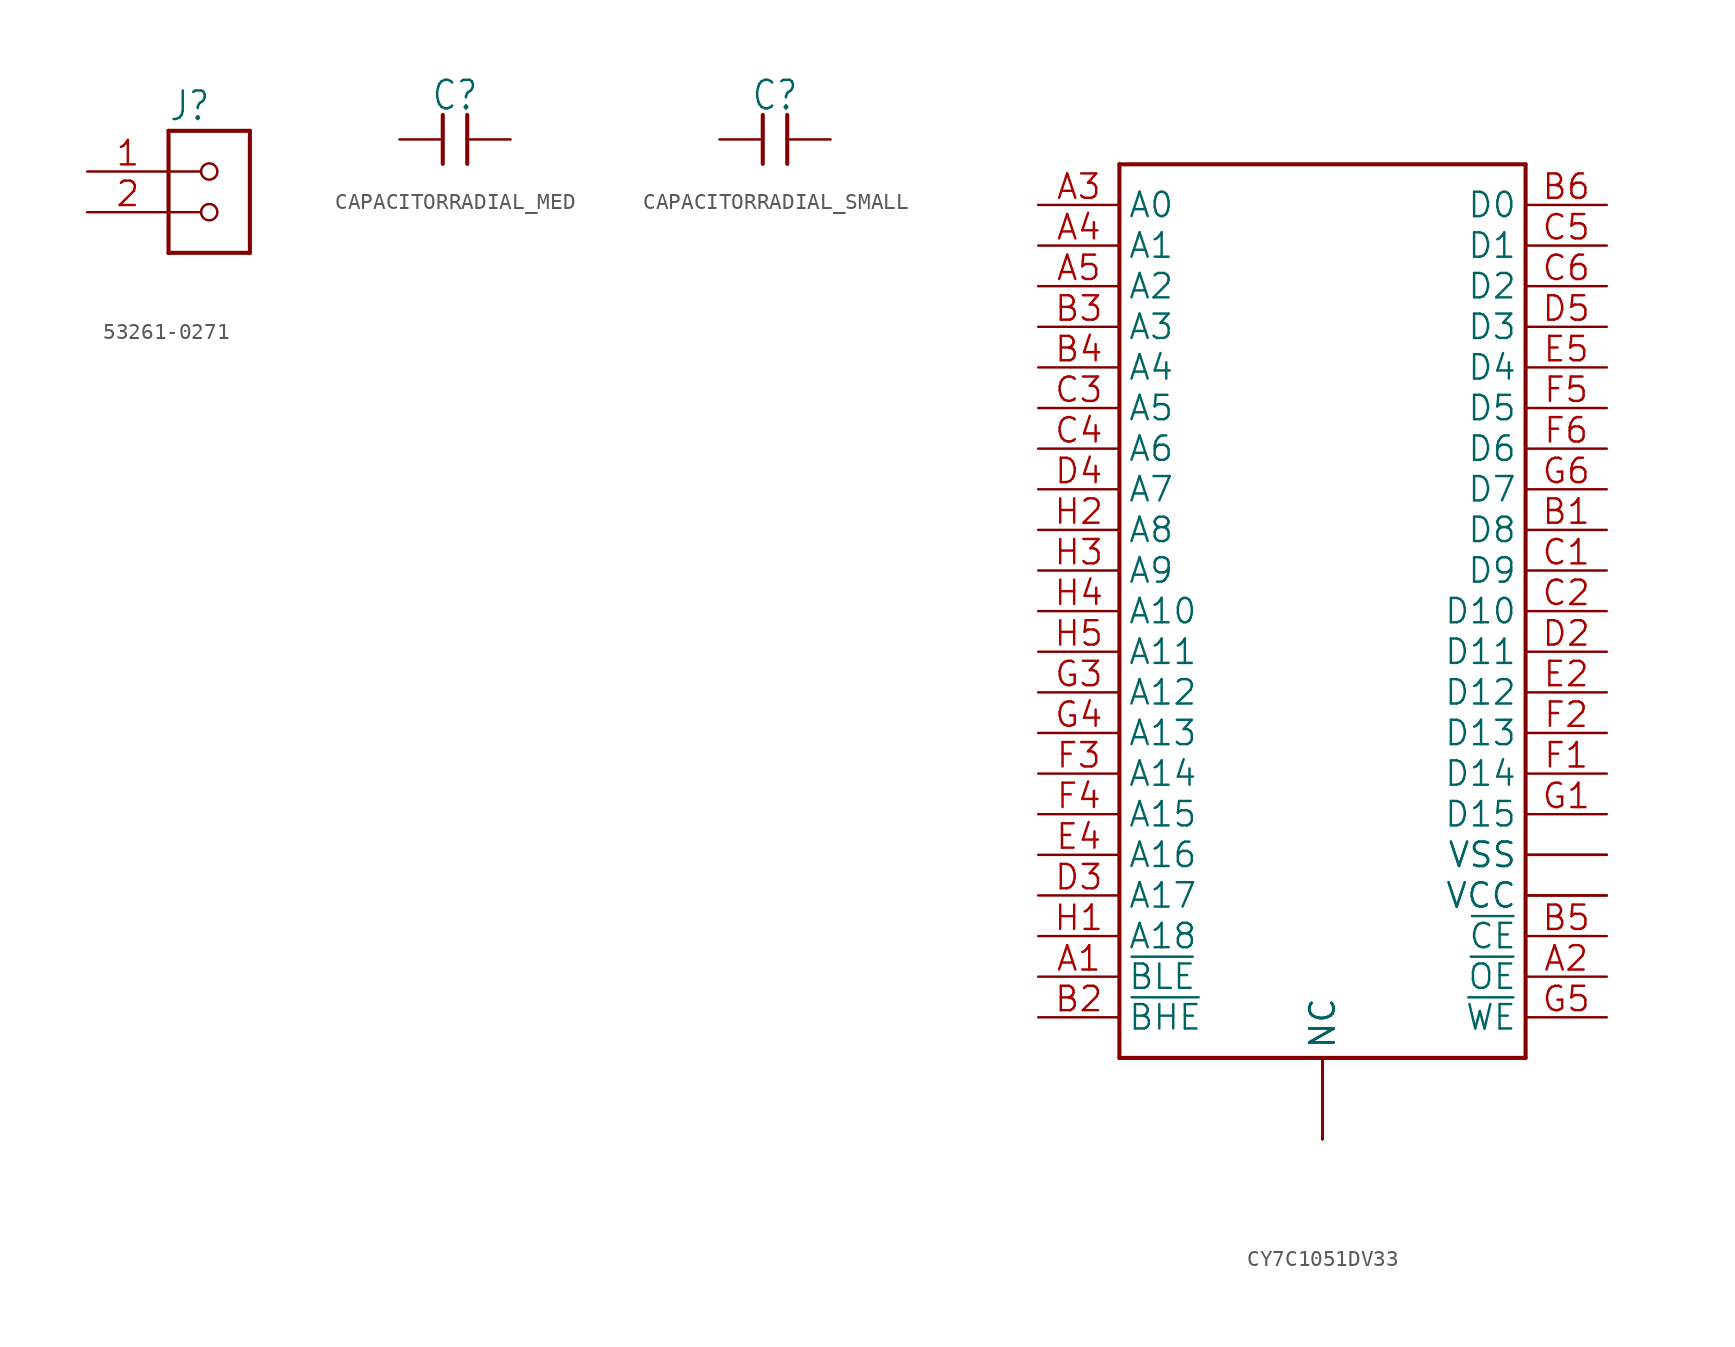
<source format=kicad_sym>
(kicad_symbol_lib
  (version 20241209)
  (generator "kicad_symbol_editor")
  (generator_version "9.0")
  (symbol "53261-0271"
    (property "Reference" "J"
      (at -2.545 3.054 0)
      (effects (font (size 1.781 1.514)) (justify left bottom)))
    (property "Value" ""
      (at -2.542 -7.627 0)
      (effects (font (size 1.78 1.513)) (justify left bottom)))
    (property "ki_locked" ""
      (at 0 0 0)
      (effects (font (size 1.27 1.27))))
    (symbol "53261-0271_1_0"
      (polyline (pts (xy -2.54 2.54) (xy -2.54 -5.08)) (stroke (width 0.254) (type solid)) (fill (type none)))
      (polyline (pts (xy -2.54 2.54) (xy 2.54 2.54)) (stroke (width 0.254) (type solid)) (fill (type none)))
      (polyline (pts (xy -2.54 0) (xy -0.508 0)) (stroke (width 0.152) (type solid)) (fill (type none)))
      (polyline (pts (xy -2.54 -2.54) (xy -0.508 -2.54)) (stroke (width 0.152) (type solid)) (fill (type none)))
      (polyline (pts (xy -2.54 -5.08) (xy 2.54 -5.08)) (stroke (width 0.254) (type solid)) (fill (type none)))
      (circle (center 0 0) (radius 0.508) (stroke (width 0.152) (type solid)) (fill (type none)))
      (circle (center 0 -2.54) (radius 0.508) (stroke (width 0.152) (type solid)) (fill (type none)))
      (polyline (pts (xy 2.54 -5.08) (xy 2.54 2.54)) (stroke (width 0.254) (type solid)) (fill (type none)))
      (pin passive line (at -7.62 0 0) (length 5.08) (name "1" (effects (font (size 0 0)))) (number "1" (effects (font (size 1.524 1.524)))))
      (pin passive line (at -7.62 -2.54 0) (length 5.08) (name "2" (effects (font (size 0 0)))) (number "2" (effects (font (size 1.524 1.524)))))))
  (symbol "CAPACITORRADIAL_MED"
    (property "Reference" "C"
      (at 0 1.714 0)
      (effects (font (size 1.778 1.511)) (justify bottom)))
    (property "Value" ""
      (at 0 -1.714 0)
      (effects (font (size 1.778 1.511)) (justify top)))
    (property "ki_locked" ""
      (at 0 0 0)
      (effects (font (size 1.27 1.27))))
    (symbol "CAPACITORRADIAL_MED_1_0"
      (polyline (pts (xy -0.762 1.524) (xy -0.762 -1.524)) (stroke (width 0.254) (type solid)) (fill (type none)))
      (polyline (pts (xy 0.762 -1.524) (xy 0.762 1.524)) (stroke (width 0.254) (type solid)) (fill (type none)))
      (pin bidirectional line (at -3.46 0 0) (length 2.54) (name "P$1" (effects (font (size 0 0)))) (number "1" (effects (font (size 0 0)))))
      (pin bidirectional line (at 3.46 0 180) (length 2.54) (name "P$2" (effects (font (size 0 0)))) (number "2" (effects (font (size 0 0)))))))
  (symbol "CAPACITORRADIAL_SMALL"
    (property "Reference" "C"
      (at 0 1.714 0)
      (effects (font (size 1.778 1.511)) (justify bottom)))
    (property "Value" ""
      (at 0 -1.714 0)
      (effects (font (size 1.778 1.511)) (justify top)))
    (property "ki_locked" ""
      (at 0 0 0)
      (effects (font (size 1.27 1.27))))
    (symbol "CAPACITORRADIAL_SMALL_1_0"
      (polyline (pts (xy -0.762 1.524) (xy -0.762 -1.524)) (stroke (width 0.254) (type solid)) (fill (type none)))
      (polyline (pts (xy 0.762 -1.524) (xy 0.762 1.524)) (stroke (width 0.254) (type solid)) (fill (type none)))
      (pin bidirectional line (at -3.46 0 0) (length 2.54) (name "P$1" (effects (font (size 0 0)))) (number "1" (effects (font (size 0 0)))))
      (pin bidirectional line (at 3.46 0 180) (length 2.54) (name "P$2" (effects (font (size 0 0)))) (number "2" (effects (font (size 0 0)))))))
  (symbol "CY7C1051DV33"
    (property "Reference" "U"
      (at 0 0 0)
      (effects (font (size 1.27 1.27)) (hide yes)))
    (property "ki_locked" ""
      (at 0 0 0)
      (effects (font (size 1.27 1.27))))
    (symbol "CY7C1051DV33_1_0"
      (polyline (pts (xy -12.7 30.48) (xy -12.7 -25.4)) (stroke (width 0.254) (type solid)) (fill (type none)))
      (polyline (pts (xy -12.7 -25.4) (xy 12.7 -25.4)) (stroke (width 0.254) (type solid)) (fill (type none)))
      (polyline (pts (xy 12.7 30.48) (xy -12.7 30.48)) (stroke (width 0.254) (type solid)) (fill (type none)))
      (polyline (pts (xy 12.7 -25.4) (xy 12.7 30.48)) (stroke (width 0.254) (type solid)) (fill (type none)))
      (pin bidirectional line (at -17.78 27.94 0) (length 5.08) (name "A0" (effects (font (size 1.524 1.524)))) (number "A3" (effects (font (size 1.524 1.524)))))
      (pin bidirectional line (at -17.78 25.4 0) (length 5.08) (name "A1" (effects (font (size 1.524 1.524)))) (number "A4" (effects (font (size 1.524 1.524)))))
      (pin bidirectional line (at -17.78 22.86 0) (length 5.08) (name "A2" (effects (font (size 1.524 1.524)))) (number "A5" (effects (font (size 1.524 1.524)))))
      (pin bidirectional line (at -17.78 20.32 0) (length 5.08) (name "A3" (effects (font (size 1.524 1.524)))) (number "B3" (effects (font (size 1.524 1.524)))))
      (pin bidirectional line (at -17.78 17.78 0) (length 5.08) (name "A4" (effects (font (size 1.524 1.524)))) (number "B4" (effects (font (size 1.524 1.524)))))
      (pin bidirectional line (at -17.78 15.24 0) (length 5.08) (name "A5" (effects (font (size 1.524 1.524)))) (number "C3" (effects (font (size 1.524 1.524)))))
      (pin bidirectional line (at -17.78 12.7 0) (length 5.08) (name "A6" (effects (font (size 1.524 1.524)))) (number "C4" (effects (font (size 1.524 1.524)))))
      (pin bidirectional line (at -17.78 10.16 0) (length 5.08) (name "A7" (effects (font (size 1.524 1.524)))) (number "D4" (effects (font (size 1.524 1.524)))))
      (pin bidirectional line (at -17.78 7.62 0) (length 5.08) (name "A8" (effects (font (size 1.524 1.524)))) (number "H2" (effects (font (size 1.524 1.524)))))
      (pin bidirectional line (at -17.78 5.08 0) (length 5.08) (name "A9" (effects (font (size 1.524 1.524)))) (number "H3" (effects (font (size 1.524 1.524)))))
      (pin bidirectional line (at -17.78 2.54 0) (length 5.08) (name "A10" (effects (font (size 1.524 1.524)))) (number "H4" (effects (font (size 1.524 1.524)))))
      (pin bidirectional line (at -17.78 0 0) (length 5.08) (name "A11" (effects (font (size 1.524 1.524)))) (number "H5" (effects (font (size 1.524 1.524)))))
      (pin bidirectional line (at -17.78 -2.54 0) (length 5.08) (name "A12" (effects (font (size 1.524 1.524)))) (number "G3" (effects (font (size 1.524 1.524)))))
      (pin bidirectional line (at -17.78 -5.08 0) (length 5.08) (name "A13" (effects (font (size 1.524 1.524)))) (number "G4" (effects (font (size 1.524 1.524)))))
      (pin bidirectional line (at -17.78 -7.62 0) (length 5.08) (name "A14" (effects (font (size 1.524 1.524)))) (number "F3" (effects (font (size 1.524 1.524)))))
      (pin bidirectional line (at -17.78 -10.16 0) (length 5.08) (name "A15" (effects (font (size 1.524 1.524)))) (number "F4" (effects (font (size 1.524 1.524)))))
      (pin bidirectional line (at -17.78 -12.7 0) (length 5.08) (name "A16" (effects (font (size 1.524 1.524)))) (number "E4" (effects (font (size 1.524 1.524)))))
      (pin bidirectional line (at -17.78 -15.24 0) (length 5.08) (name "A17" (effects (font (size 1.524 1.524)))) (number "D3" (effects (font (size 1.524 1.524)))))
      (pin bidirectional line (at -17.78 -17.78 0) (length 5.08) (name "A18" (effects (font (size 1.524 1.524)))) (number "H1" (effects (font (size 1.524 1.524)))))
      (pin bidirectional line (at -17.78 -20.32 0) (length 5.08) (name "~{BLE}" (effects (font (size 1.524 1.524)))) (number "A1" (effects (font (size 1.524 1.524)))))
      (pin bidirectional line (at -17.78 -22.86 0) (length 5.08) (name "~{BHE}" (effects (font (size 1.524 1.524)))) (number "B2" (effects (font (size 1.524 1.524)))))
      (pin bidirectional line (at 0 -30.48 90) (length 5.08) (name "NC" (effects (font (size 1.524 1.524)))) (number "A6" (effects (font (size 0 0)))))
      (pin bidirectional line (at 0 -30.48 90) (length 5.08) (name "NC" (effects (font (size 1.524 1.524)))) (number "E3" (effects (font (size 0 0)))))
      (pin bidirectional line (at 0 -30.48 90) (length 5.08) (name "NC" (effects (font (size 1.524 1.524)))) (number "G2" (effects (font (size 0 0)))))
      (pin bidirectional line (at 0 -30.48 90) (length 5.08) (name "NC" (effects (font (size 1.524 1.524)))) (number "H6" (effects (font (size 0 0)))))
      (pin bidirectional line (at 17.78 27.94 180) (length 5.08) (name "D0" (effects (font (size 1.524 1.524)))) (number "B6" (effects (font (size 1.524 1.524)))))
      (pin bidirectional line (at 17.78 25.4 180) (length 5.08) (name "D1" (effects (font (size 1.524 1.524)))) (number "C5" (effects (font (size 1.524 1.524)))))
      (pin bidirectional line (at 17.78 22.86 180) (length 5.08) (name "D2" (effects (font (size 1.524 1.524)))) (number "C6" (effects (font (size 1.524 1.524)))))
      (pin bidirectional line (at 17.78 20.32 180) (length 5.08) (name "D3" (effects (font (size 1.524 1.524)))) (number "D5" (effects (font (size 1.524 1.524)))))
      (pin bidirectional line (at 17.78 17.78 180) (length 5.08) (name "D4" (effects (font (size 1.524 1.524)))) (number "E5" (effects (font (size 1.524 1.524)))))
      (pin bidirectional line (at 17.78 15.24 180) (length 5.08) (name "D5" (effects (font (size 1.524 1.524)))) (number "F5" (effects (font (size 1.524 1.524)))))
      (pin bidirectional line (at 17.78 12.7 180) (length 5.08) (name "D6" (effects (font (size 1.524 1.524)))) (number "F6" (effects (font (size 1.524 1.524)))))
      (pin bidirectional line (at 17.78 10.16 180) (length 5.08) (name "D7" (effects (font (size 1.524 1.524)))) (number "G6" (effects (font (size 1.524 1.524)))))
      (pin bidirectional line (at 17.78 7.62 180) (length 5.08) (name "D8" (effects (font (size 1.524 1.524)))) (number "B1" (effects (font (size 1.524 1.524)))))
      (pin bidirectional line (at 17.78 5.08 180) (length 5.08) (name "D9" (effects (font (size 1.524 1.524)))) (number "C1" (effects (font (size 1.524 1.524)))))
      (pin bidirectional line (at 17.78 2.54 180) (length 5.08) (name "D10" (effects (font (size 1.524 1.524)))) (number "C2" (effects (font (size 1.524 1.524)))))
      (pin bidirectional line (at 17.78 0 180) (length 5.08) (name "D11" (effects (font (size 1.524 1.524)))) (number "D2" (effects (font (size 1.524 1.524)))))
      (pin bidirectional line (at 17.78 -2.54 180) (length 5.08) (name "D12" (effects (font (size 1.524 1.524)))) (number "E2" (effects (font (size 1.524 1.524)))))
      (pin bidirectional line (at 17.78 -5.08 180) (length 5.08) (name "D13" (effects (font (size 1.524 1.524)))) (number "F2" (effects (font (size 1.524 1.524)))))
      (pin bidirectional line (at 17.78 -7.62 180) (length 5.08) (name "D14" (effects (font (size 1.524 1.524)))) (number "F1" (effects (font (size 1.524 1.524)))))
      (pin bidirectional line (at 17.78 -10.16 180) (length 5.08) (name "D15" (effects (font (size 1.524 1.524)))) (number "G1" (effects (font (size 1.524 1.524)))))
      (pin bidirectional line (at 17.78 -12.7 180) (length 5.08) (name "VSS" (effects (font (size 1.524 1.524)))) (number "D1" (effects (font (size 0 0)))))
      (pin bidirectional line (at 17.78 -12.7 180) (length 5.08) (name "VSS" (effects (font (size 1.524 1.524)))) (number "E6" (effects (font (size 0 0)))))
      (pin bidirectional line (at 17.78 -15.24 180) (length 5.08) (name "VCC" (effects (font (size 1.524 1.524)))) (number "D6" (effects (font (size 0 0)))))
      (pin bidirectional line (at 17.78 -15.24 180) (length 5.08) (name "VCC" (effects (font (size 1.524 1.524)))) (number "E1" (effects (font (size 0 0)))))
      (pin bidirectional line (at 17.78 -17.78 180) (length 5.08) (name "~{CE}" (effects (font (size 1.524 1.524)))) (number "B5" (effects (font (size 1.524 1.524)))))
      (pin bidirectional line (at 17.78 -20.32 180) (length 5.08) (name "~{OE}" (effects (font (size 1.524 1.524)))) (number "A2" (effects (font (size 1.524 1.524)))))
      (pin bidirectional line (at 17.78 -22.86 180) (length 5.08) (name "~{WE}" (effects (font (size 1.524 1.524)))) (number "G5" (effects (font (size 1.524 1.524))))))))
</source>
